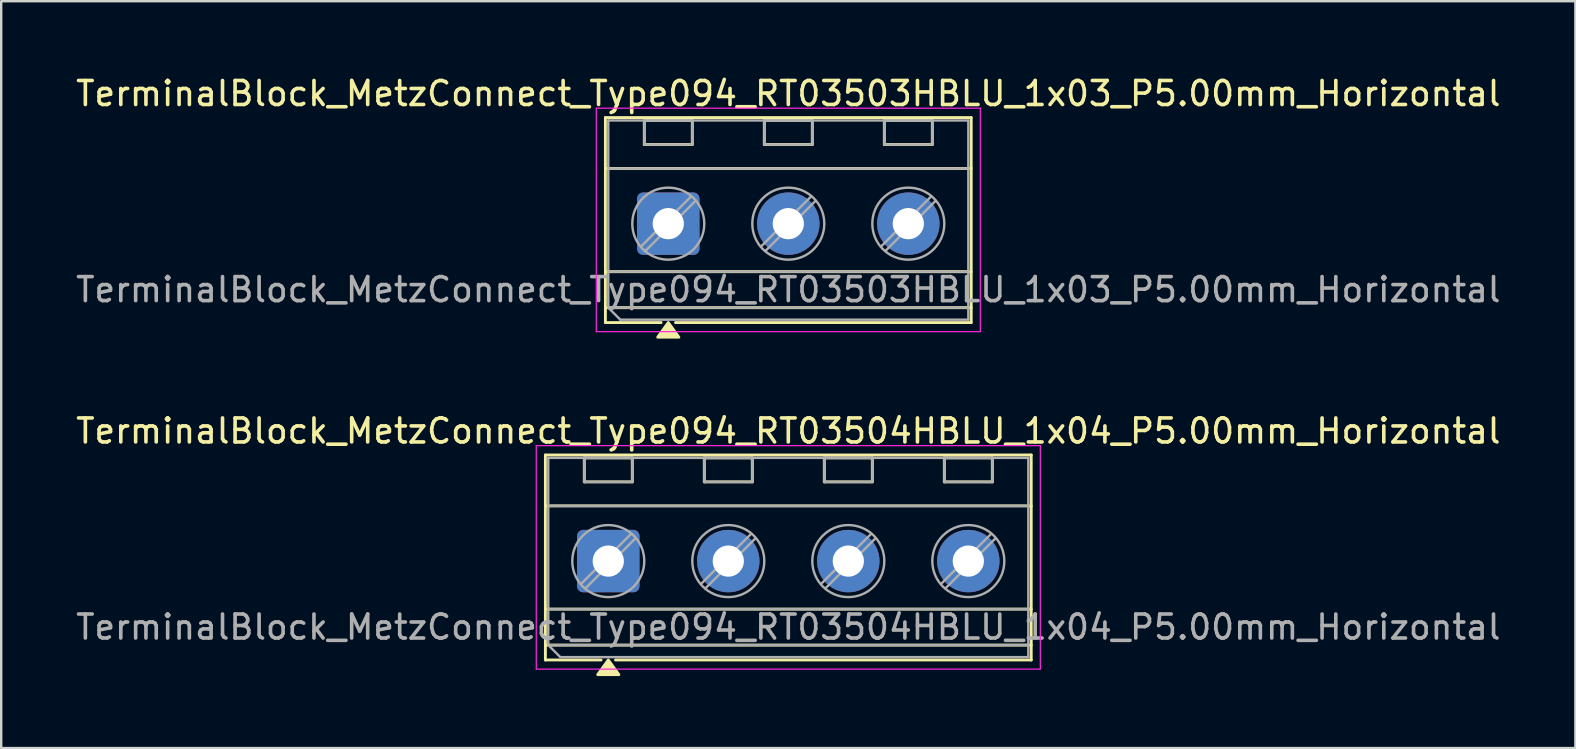
<source format=kicad_pcb>
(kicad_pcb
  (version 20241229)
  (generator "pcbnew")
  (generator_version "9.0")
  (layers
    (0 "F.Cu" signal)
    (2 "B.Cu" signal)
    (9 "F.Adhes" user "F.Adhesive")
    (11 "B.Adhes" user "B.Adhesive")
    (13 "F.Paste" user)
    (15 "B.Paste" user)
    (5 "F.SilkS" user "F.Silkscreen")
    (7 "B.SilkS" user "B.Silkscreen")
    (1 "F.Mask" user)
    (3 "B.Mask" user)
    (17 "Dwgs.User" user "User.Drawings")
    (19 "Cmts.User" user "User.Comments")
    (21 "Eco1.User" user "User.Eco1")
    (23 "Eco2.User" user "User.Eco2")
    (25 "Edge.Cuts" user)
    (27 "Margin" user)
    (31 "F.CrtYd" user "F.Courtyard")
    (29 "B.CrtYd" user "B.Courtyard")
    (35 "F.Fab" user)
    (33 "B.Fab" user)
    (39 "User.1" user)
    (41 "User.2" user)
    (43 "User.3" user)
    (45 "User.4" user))
  (footprint "TerminalBlock_MetzConnect_Type094_RT03503HBLU_1x03_P5.00mm_Horizontal"
    (layer "F.Cu")
    (at 24.792 6.268)
    (property "Reference" "TerminalBlock_MetzConnect_Type094_RT03503HBLU_1x03_P5.00mm_Horizontal" (at 5 -5.42 0) (layer "F.SilkS") (effects (font (size 1 1) (thickness 0.15))))
    (attr through_hole)
    (fp_line (start -2.62 -4.42) (end -2.62 4.12) (stroke (width 0.12) (type solid)) (layer "F.SilkS"))
    (fp_line (start -2.62 -4.42) (end 12.62 -4.42) (stroke (width 0.12) (type solid)) (layer "F.SilkS"))
    (fp_line (start -2.62 -2.3) (end 12.62 -2.3) (stroke (width 0.12) (type solid)) (layer "F.SilkS"))
    (fp_line (start -2.62 2) (end 12.62 2) (stroke (width 0.12) (type solid)) (layer "F.SilkS"))
    (fp_line (start -2.62 3.5) (end 12.62 3.5) (stroke (width 0.12) (type solid)) (layer "F.SilkS"))
    (fp_line (start -2.62 4.12) (end -0.3 4.12) (stroke (width 0.12) (type solid)) (layer "F.SilkS"))
    (fp_line (start -1 -4.3) (end -1 -3.3) (stroke (width 0.12) (type solid)) (layer "F.SilkS"))
    (fp_line (start -1 -4.3) (end 1 -4.3) (stroke (width 0.12) (type solid)) (layer "F.SilkS"))
    (fp_line (start -1 -3.3) (end 1 -3.3) (stroke (width 0.12) (type solid)) (layer "F.SilkS"))
    (fp_line (start 0.3 4.12) (end 12.62 4.12) (stroke (width 0.12) (type solid)) (layer "F.SilkS"))
    (fp_line (start 1 -4.3) (end 1 -3.3) (stroke (width 0.12) (type solid)) (layer "F.SilkS"))
    (fp_line (start 4 -4.3) (end 4 -3.3) (stroke (width 0.12) (type solid)) (layer "F.SilkS"))
    (fp_line (start 4 -4.3) (end 6 -4.3) (stroke (width 0.12) (type solid)) (layer "F.SilkS"))
    (fp_line (start 4 -3.3) (end 6 -3.3) (stroke (width 0.12) (type solid)) (layer "F.SilkS"))
    (fp_line (start 6 -4.3) (end 6 -3.3) (stroke (width 0.12) (type solid)) (layer "F.SilkS"))
    (fp_line (start 9 -4.3) (end 9 -3.3) (stroke (width 0.12) (type solid)) (layer "F.SilkS"))
    (fp_line (start 9 -4.3) (end 11 -4.3) (stroke (width 0.12) (type solid)) (layer "F.SilkS"))
    (fp_line (start 9 -3.3) (end 11 -3.3) (stroke (width 0.12) (type solid)) (layer "F.SilkS"))
    (fp_line (start 11 -4.3) (end 11 -3.3) (stroke (width 0.12) (type solid)) (layer "F.SilkS"))
    (fp_line (start 12.62 -4.42) (end 12.62 4.12) (stroke (width 0.12) (type solid)) (layer "F.SilkS"))
    (fp_poly (pts (xy 0 4.12) (xy 0.44 4.73) (xy -0.44 4.73)) (stroke (width 0.12) (type solid)) (fill yes) (layer "F.SilkS"))
    (fp_line (start -3 -4.81) (end -3 4.5) (stroke (width 0.05) (type solid)) (layer "F.CrtYd"))
    (fp_line (start -3 4.5) (end 13 4.5) (stroke (width 0.05) (type solid)) (layer "F.CrtYd"))
    (fp_line (start 13 -4.81) (end -3 -4.81) (stroke (width 0.05) (type solid)) (layer "F.CrtYd"))
    (fp_line (start 13 4.5) (end 13 -4.81) (stroke (width 0.05) (type solid)) (layer "F.CrtYd"))
    (fp_line (start -2.5 -4.3) (end 12.5 -4.3) (stroke (width 0.1) (type solid)) (layer "F.Fab"))
    (fp_line (start -2.5 -2.3) (end 12.5 -2.3) (stroke (width 0.1) (type solid)) (layer "F.Fab"))
    (fp_line (start -2.5 2) (end 12.5 2) (stroke (width 0.1) (type solid)) (layer "F.Fab"))
    (fp_line (start -2.5 3.5) (end -2.5 -4.3) (stroke (width 0.1) (type solid)) (layer "F.Fab"))
    (fp_line (start -2.5 3.5) (end 12.5 3.5) (stroke (width 0.1) (type solid)) (layer "F.Fab"))
    (fp_line (start -2 4) (end -2.5 3.5) (stroke (width 0.1) (type solid)) (layer "F.Fab"))
    (fp_line (start -1 -4.3) (end -1 -3.3) (stroke (width 0.1) (type solid)) (layer "F.Fab"))
    (fp_line (start -1 -3.3) (end 1 -3.3) (stroke (width 0.1) (type solid)) (layer "F.Fab"))
    (fp_line (start 0.955 -1.138) (end -1.138 0.954) (stroke (width 0.1) (type solid)) (layer "F.Fab"))
    (fp_line (start 1 -4.3) (end -1 -4.3) (stroke (width 0.1) (type solid)) (layer "F.Fab"))
    (fp_line (start 1 -3.3) (end 1 -4.3) (stroke (width 0.1) (type solid)) (layer "F.Fab"))
    (fp_line (start 1.138 -0.954) (end -0.955 1.137) (stroke (width 0.1) (type solid)) (layer "F.Fab"))
    (fp_line (start 4 -4.3) (end 4 -3.3) (stroke (width 0.1) (type solid)) (layer "F.Fab"))
    (fp_line (start 4 -3.3) (end 6 -3.3) (stroke (width 0.1) (type solid)) (layer "F.Fab"))
    (fp_line (start 5.955 -1.138) (end 3.862 0.954) (stroke (width 0.1) (type solid)) (layer "F.Fab"))
    (fp_line (start 6 -4.3) (end 4 -4.3) (stroke (width 0.1) (type solid)) (layer "F.Fab"))
    (fp_line (start 6 -3.3) (end 6 -4.3) (stroke (width 0.1) (type solid)) (layer "F.Fab"))
    (fp_line (start 6.138 -0.954) (end 4.045 1.137) (stroke (width 0.1) (type solid)) (layer "F.Fab"))
    (fp_line (start 9 -4.3) (end 9 -3.3) (stroke (width 0.1) (type solid)) (layer "F.Fab"))
    (fp_line (start 9 -3.3) (end 11 -3.3) (stroke (width 0.1) (type solid)) (layer "F.Fab"))
    (fp_line (start 10.955 -1.138) (end 8.862 0.954) (stroke (width 0.1) (type solid)) (layer "F.Fab"))
    (fp_line (start 11 -4.3) (end 9 -4.3) (stroke (width 0.1) (type solid)) (layer "F.Fab"))
    (fp_line (start 11 -3.3) (end 11 -4.3) (stroke (width 0.1) (type solid)) (layer "F.Fab"))
    (fp_line (start 11.138 -0.954) (end 9.045 1.137) (stroke (width 0.1) (type solid)) (layer "F.Fab"))
    (fp_line (start 12.5 -4.3) (end 12.5 4) (stroke (width 0.1) (type solid)) (layer "F.Fab"))
    (fp_line (start 12.5 4) (end -2 4) (stroke (width 0.1) (type solid)) (layer "F.Fab"))
    (fp_circle (center 0 0) (end 1.5 0) (stroke (width 0.1) (type solid)) (fill no) (layer "F.Fab"))
    (fp_circle (center 5 0) (end 6.5 0) (stroke (width 0.1) (type solid)) (fill no) (layer "F.Fab"))
    (fp_circle (center 10 0) (end 11.5 0) (stroke (width 0.1) (type solid)) (fill no) (layer "F.Fab"))
    (fp_text user "${REFERENCE}" (at 5 2.75 0) (layer "F.Fab") (effects (font (size 1 1) (thickness 0.15))))
    (pad "1" thru_hole roundrect (at 0 0) (size 2.6 2.6) (drill 1.3) (layers "*.Cu" "*.Mask") (roundrect_rratio 0.096))
    (pad "2" thru_hole circle (at 5 0) (size 2.6 2.6) (drill 1.3) (layers "*.Cu" "*.Mask"))
    (pad "3" thru_hole circle (at 10 0) (size 2.6 2.6) (drill 1.3) (layers "*.Cu" "*.Mask")))
  (footprint "TerminalBlock_MetzConnect_Type094_RT03504HBLU_1x04_P5.00mm_Horizontal"
    (layer "F.Cu")
    (at 22.292 20.326)
    (property "Reference" "TerminalBlock_MetzConnect_Type094_RT03504HBLU_1x04_P5.00mm_Horizontal" (at 7.5 -5.42 0) (layer "F.SilkS") (effects (font (size 1 1) (thickness 0.15))))
    (attr through_hole)
    (fp_line (start -2.62 -4.42) (end -2.62 4.12) (stroke (width 0.12) (type solid)) (layer "F.SilkS"))
    (fp_line (start -2.62 -4.42) (end 17.62 -4.42) (stroke (width 0.12) (type solid)) (layer "F.SilkS"))
    (fp_line (start -2.62 -2.3) (end 17.62 -2.3) (stroke (width 0.12) (type solid)) (layer "F.SilkS"))
    (fp_line (start -2.62 2) (end 17.62 2) (stroke (width 0.12) (type solid)) (layer "F.SilkS"))
    (fp_line (start -2.62 3.5) (end 17.62 3.5) (stroke (width 0.12) (type solid)) (layer "F.SilkS"))
    (fp_line (start -2.62 4.12) (end -0.3 4.12) (stroke (width 0.12) (type solid)) (layer "F.SilkS"))
    (fp_line (start -1 -4.3) (end -1 -3.3) (stroke (width 0.12) (type solid)) (layer "F.SilkS"))
    (fp_line (start -1 -4.3) (end 1 -4.3) (stroke (width 0.12) (type solid)) (layer "F.SilkS"))
    (fp_line (start -1 -3.3) (end 1 -3.3) (stroke (width 0.12) (type solid)) (layer "F.SilkS"))
    (fp_line (start 0.3 4.12) (end 17.62 4.12) (stroke (width 0.12) (type solid)) (layer "F.SilkS"))
    (fp_line (start 1 -4.3) (end 1 -3.3) (stroke (width 0.12) (type solid)) (layer "F.SilkS"))
    (fp_line (start 4 -4.3) (end 4 -3.3) (stroke (width 0.12) (type solid)) (layer "F.SilkS"))
    (fp_line (start 4 -4.3) (end 6 -4.3) (stroke (width 0.12) (type solid)) (layer "F.SilkS"))
    (fp_line (start 4 -3.3) (end 6 -3.3) (stroke (width 0.12) (type solid)) (layer "F.SilkS"))
    (fp_line (start 6 -4.3) (end 6 -3.3) (stroke (width 0.12) (type solid)) (layer "F.SilkS"))
    (fp_line (start 9 -4.3) (end 9 -3.3) (stroke (width 0.12) (type solid)) (layer "F.SilkS"))
    (fp_line (start 9 -4.3) (end 11 -4.3) (stroke (width 0.12) (type solid)) (layer "F.SilkS"))
    (fp_line (start 9 -3.3) (end 11 -3.3) (stroke (width 0.12) (type solid)) (layer "F.SilkS"))
    (fp_line (start 11 -4.3) (end 11 -3.3) (stroke (width 0.12) (type solid)) (layer "F.SilkS"))
    (fp_line (start 14 -4.3) (end 14 -3.3) (stroke (width 0.12) (type solid)) (layer "F.SilkS"))
    (fp_line (start 14 -4.3) (end 16 -4.3) (stroke (width 0.12) (type solid)) (layer "F.SilkS"))
    (fp_line (start 14 -3.3) (end 16 -3.3) (stroke (width 0.12) (type solid)) (layer "F.SilkS"))
    (fp_line (start 16 -4.3) (end 16 -3.3) (stroke (width 0.12) (type solid)) (layer "F.SilkS"))
    (fp_line (start 17.62 -4.42) (end 17.62 4.12) (stroke (width 0.12) (type solid)) (layer "F.SilkS"))
    (fp_poly (pts (xy 0 4.12) (xy 0.44 4.73) (xy -0.44 4.73)) (stroke (width 0.12) (type solid)) (fill yes) (layer "F.SilkS"))
    (fp_line (start -3 -4.81) (end -3 4.5) (stroke (width 0.05) (type solid)) (layer "F.CrtYd"))
    (fp_line (start -3 4.5) (end 18 4.5) (stroke (width 0.05) (type solid)) (layer "F.CrtYd"))
    (fp_line (start 18 -4.81) (end -3 -4.81) (stroke (width 0.05) (type solid)) (layer "F.CrtYd"))
    (fp_line (start 18 4.5) (end 18 -4.81) (stroke (width 0.05) (type solid)) (layer "F.CrtYd"))
    (fp_line (start -2.5 -4.3) (end 17.5 -4.3) (stroke (width 0.1) (type solid)) (layer "F.Fab"))
    (fp_line (start -2.5 -2.3) (end 17.5 -2.3) (stroke (width 0.1) (type solid)) (layer "F.Fab"))
    (fp_line (start -2.5 2) (end 17.5 2) (stroke (width 0.1) (type solid)) (layer "F.Fab"))
    (fp_line (start -2.5 3.5) (end -2.5 -4.3) (stroke (width 0.1) (type solid)) (layer "F.Fab"))
    (fp_line (start -2.5 3.5) (end 17.5 3.5) (stroke (width 0.1) (type solid)) (layer "F.Fab"))
    (fp_line (start -2 4) (end -2.5 3.5) (stroke (width 0.1) (type solid)) (layer "F.Fab"))
    (fp_line (start -1 -4.3) (end -1 -3.3) (stroke (width 0.1) (type solid)) (layer "F.Fab"))
    (fp_line (start -1 -3.3) (end 1 -3.3) (stroke (width 0.1) (type solid)) (layer "F.Fab"))
    (fp_line (start 0.955 -1.138) (end -1.138 0.954) (stroke (width 0.1) (type solid)) (layer "F.Fab"))
    (fp_line (start 1 -4.3) (end -1 -4.3) (stroke (width 0.1) (type solid)) (layer "F.Fab"))
    (fp_line (start 1 -3.3) (end 1 -4.3) (stroke (width 0.1) (type solid)) (layer "F.Fab"))
    (fp_line (start 1.138 -0.954) (end -0.955 1.137) (stroke (width 0.1) (type solid)) (layer "F.Fab"))
    (fp_line (start 4 -4.3) (end 4 -3.3) (stroke (width 0.1) (type solid)) (layer "F.Fab"))
    (fp_line (start 4 -3.3) (end 6 -3.3) (stroke (width 0.1) (type solid)) (layer "F.Fab"))
    (fp_line (start 5.955 -1.138) (end 3.862 0.954) (stroke (width 0.1) (type solid)) (layer "F.Fab"))
    (fp_line (start 6 -4.3) (end 4 -4.3) (stroke (width 0.1) (type solid)) (layer "F.Fab"))
    (fp_line (start 6 -3.3) (end 6 -4.3) (stroke (width 0.1) (type solid)) (layer "F.Fab"))
    (fp_line (start 6.138 -0.954) (end 4.045 1.137) (stroke (width 0.1) (type solid)) (layer "F.Fab"))
    (fp_line (start 9 -4.3) (end 9 -3.3) (stroke (width 0.1) (type solid)) (layer "F.Fab"))
    (fp_line (start 9 -3.3) (end 11 -3.3) (stroke (width 0.1) (type solid)) (layer "F.Fab"))
    (fp_line (start 10.955 -1.138) (end 8.862 0.954) (stroke (width 0.1) (type solid)) (layer "F.Fab"))
    (fp_line (start 11 -4.3) (end 9 -4.3) (stroke (width 0.1) (type solid)) (layer "F.Fab"))
    (fp_line (start 11 -3.3) (end 11 -4.3) (stroke (width 0.1) (type solid)) (layer "F.Fab"))
    (fp_line (start 11.138 -0.954) (end 9.045 1.137) (stroke (width 0.1) (type solid)) (layer "F.Fab"))
    (fp_line (start 14 -4.3) (end 14 -3.3) (stroke (width 0.1) (type solid)) (layer "F.Fab"))
    (fp_line (start 14 -3.3) (end 16 -3.3) (stroke (width 0.1) (type solid)) (layer "F.Fab"))
    (fp_line (start 15.955 -1.138) (end 13.862 0.954) (stroke (width 0.1) (type solid)) (layer "F.Fab"))
    (fp_line (start 16 -4.3) (end 14 -4.3) (stroke (width 0.1) (type solid)) (layer "F.Fab"))
    (fp_line (start 16 -3.3) (end 16 -4.3) (stroke (width 0.1) (type solid)) (layer "F.Fab"))
    (fp_line (start 16.138 -0.954) (end 14.045 1.137) (stroke (width 0.1) (type solid)) (layer "F.Fab"))
    (fp_line (start 17.5 -4.3) (end 17.5 4) (stroke (width 0.1) (type solid)) (layer "F.Fab"))
    (fp_line (start 17.5 4) (end -2 4) (stroke (width 0.1) (type solid)) (layer "F.Fab"))
    (fp_circle (center 0 0) (end 1.5 0) (stroke (width 0.1) (type solid)) (fill no) (layer "F.Fab"))
    (fp_circle (center 5 0) (end 6.5 0) (stroke (width 0.1) (type solid)) (fill no) (layer "F.Fab"))
    (fp_circle (center 10 0) (end 11.5 0) (stroke (width 0.1) (type solid)) (fill no) (layer "F.Fab"))
    (fp_circle (center 15 0) (end 16.5 0) (stroke (width 0.1) (type solid)) (fill no) (layer "F.Fab"))
    (fp_text user "${REFERENCE}" (at 7.5 2.75 0) (layer "F.Fab") (effects (font (size 1 1) (thickness 0.15))))
    (pad "1" thru_hole roundrect (at 0 0) (size 2.6 2.6) (drill 1.3) (layers "*.Cu" "*.Mask") (roundrect_rratio 0.096))
    (pad "2" thru_hole circle (at 5 0) (size 2.6 2.6) (drill 1.3) (layers "*.Cu" "*.Mask"))
    (pad "3" thru_hole circle (at 10 0) (size 2.6 2.6) (drill 1.3) (layers "*.Cu" "*.Mask"))
    (pad "4" thru_hole circle (at 15 0) (size 2.6 2.6) (drill 1.3) (layers "*.Cu" "*.Mask")))
  (gr_rect
    (start -3 -3)
    (end 62.583 28.116)
    (stroke (width 0.1) (type default))
    (fill no)
    (layer "Edge.Cuts")))
</source>
